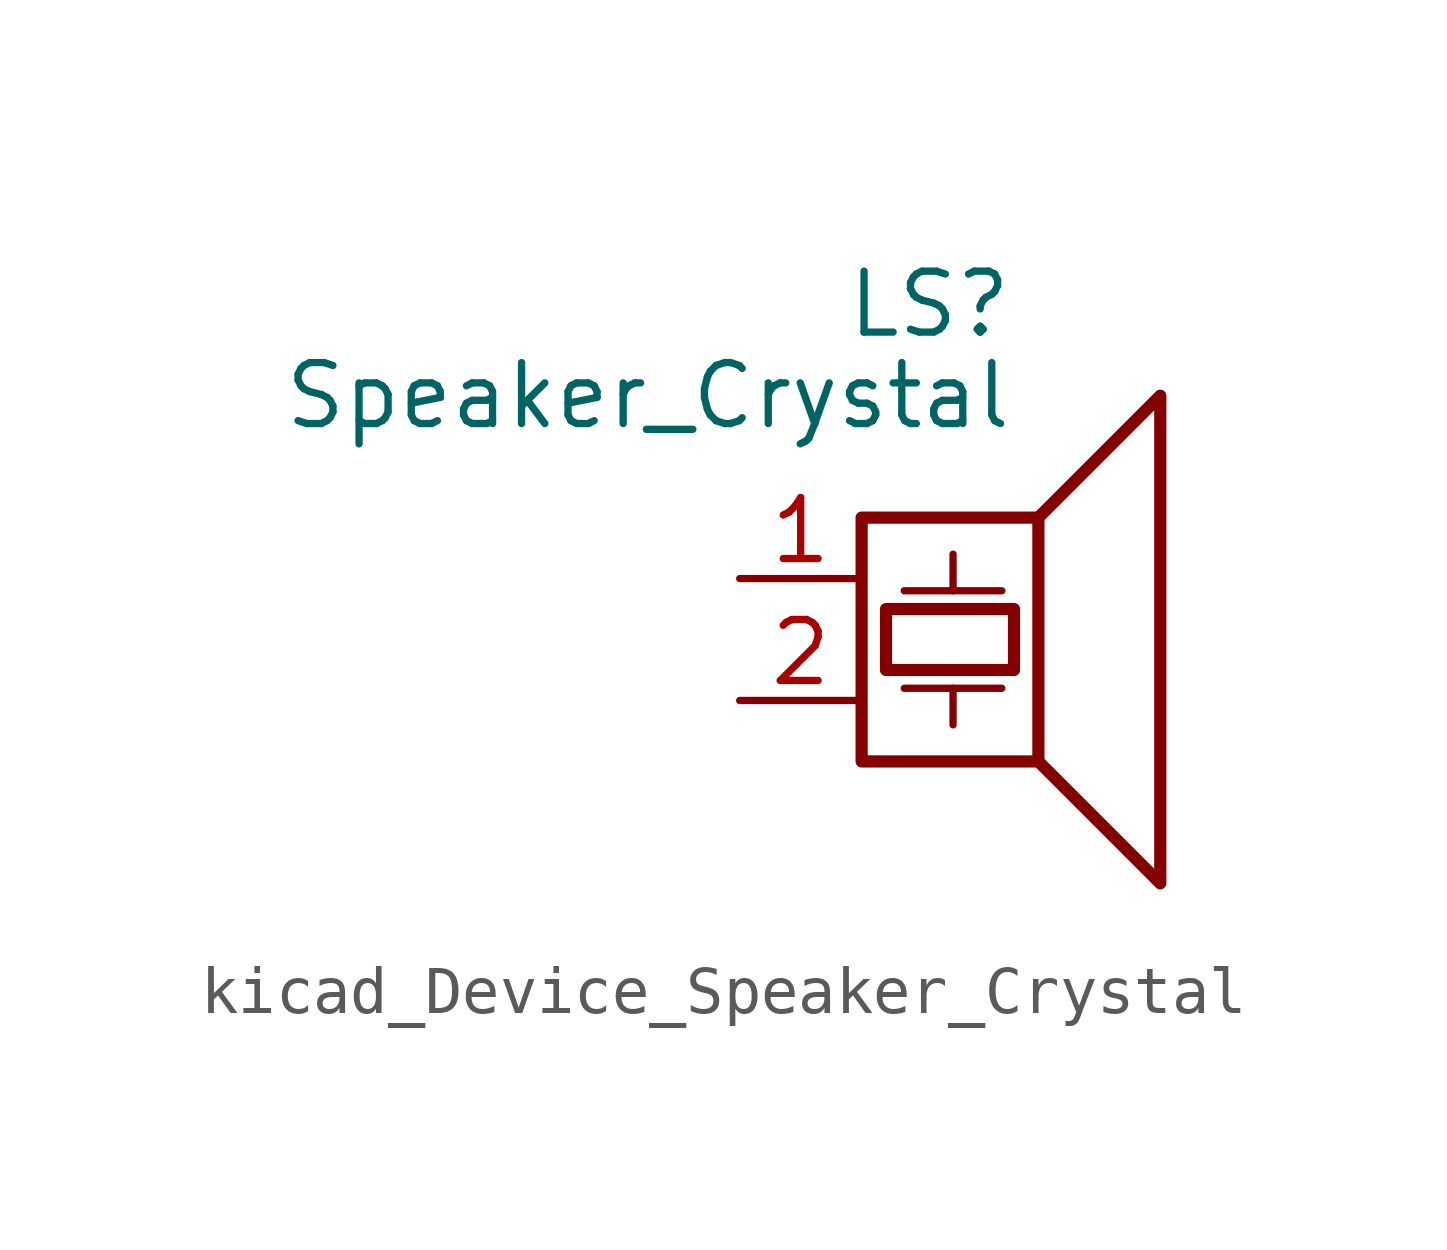
<source format=kicad_sym>
(kicad_symbol_lib
  (version 20220914)
  (generator kicad_symbol_editor)
  (symbol "kicad_Device_Speaker_Crystal"
    (pin_names
      (offset 0) hide)
    (property "Reference" "LS"
      (at 0.635 5.715 0)
      (effects (font (size 1.27 1.27)) (justify right)))
    (property "Value" "Speaker_Crystal"
      (at 0.635 3.81 0)
      (effects (font (size 1.27 1.27)) (justify right)))
    (symbol "kicad_Device_Speaker_Crystal_0_0"
      (rectangle (start -2.54 1.27) (end 1.143 -3.81) (stroke (width 0.254) (type default)) (fill (type none)))
      (rectangle (start -2.032 -0.635) (end 0.635 -1.905) (stroke (width 0.254) (type default)) (fill (type none)))
      (polyline (pts (xy -1.651 -2.286) (xy 0.381 -2.286)) (stroke (width 0) (type default)) (fill (type none)))
      (polyline (pts (xy -1.651 -0.254) (xy 0.381 -0.254)) (stroke (width 0) (type default)) (fill (type none)))
      (polyline (pts (xy -0.635 -2.286) (xy -0.635 -3.048)) (stroke (width 0) (type default)) (fill (type none)))
      (polyline (pts (xy -0.635 -0.254) (xy -0.635 0.508)) (stroke (width 0) (type default)) (fill (type none)))
      (polyline (pts (xy 1.143 1.27) (xy 3.683 3.81) (xy 3.683 -6.35) (xy 1.143 -3.81)) (stroke (width 0.254) (type default)) (fill (type none))))
    (symbol "kicad_Device_Speaker_Crystal_1_1"
      (pin input line (at -5.08 0 0) (length 2.54) (name "1" (effects (font (size 1.27 1.27)))) (number "1" (effects (font (size 1.27 1.27)))))
      (pin input line (at -5.08 -2.54 0) (length 2.54) (name "2" (effects (font (size 1.27 1.27)))) (number "2" (effects (font (size 1.27 1.27))))))))
</source>
